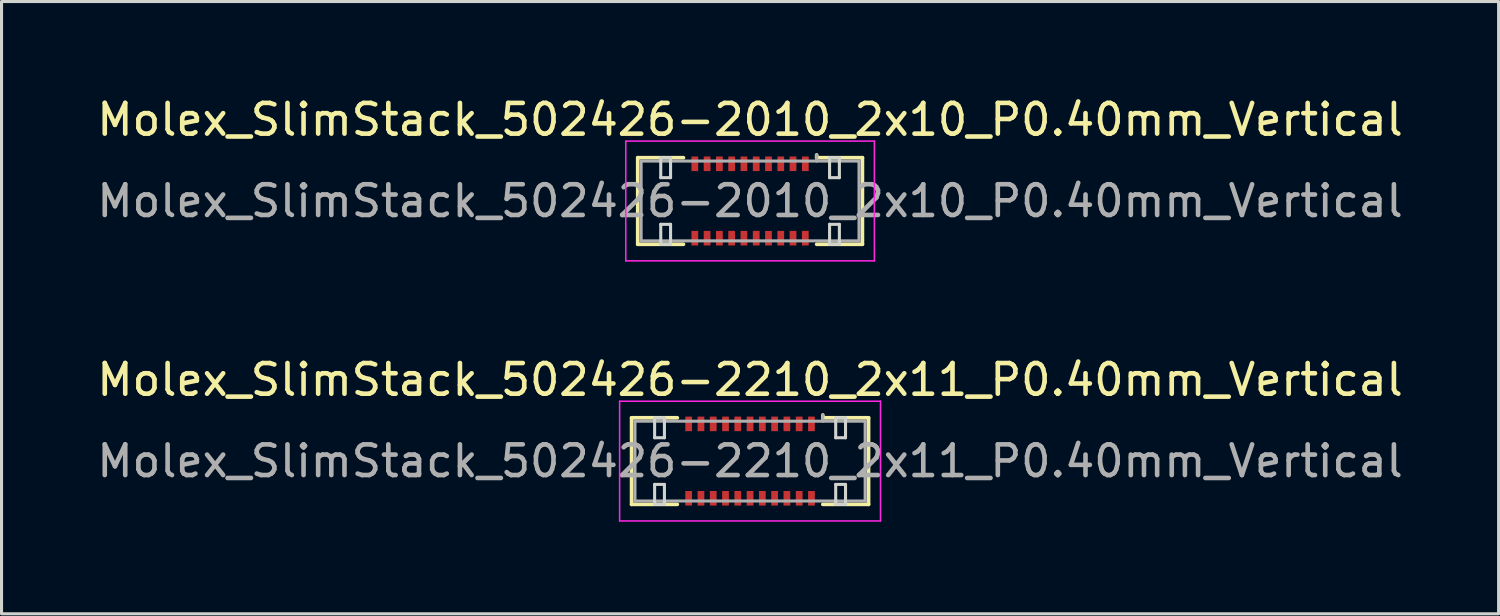
<source format=kicad_pcb>
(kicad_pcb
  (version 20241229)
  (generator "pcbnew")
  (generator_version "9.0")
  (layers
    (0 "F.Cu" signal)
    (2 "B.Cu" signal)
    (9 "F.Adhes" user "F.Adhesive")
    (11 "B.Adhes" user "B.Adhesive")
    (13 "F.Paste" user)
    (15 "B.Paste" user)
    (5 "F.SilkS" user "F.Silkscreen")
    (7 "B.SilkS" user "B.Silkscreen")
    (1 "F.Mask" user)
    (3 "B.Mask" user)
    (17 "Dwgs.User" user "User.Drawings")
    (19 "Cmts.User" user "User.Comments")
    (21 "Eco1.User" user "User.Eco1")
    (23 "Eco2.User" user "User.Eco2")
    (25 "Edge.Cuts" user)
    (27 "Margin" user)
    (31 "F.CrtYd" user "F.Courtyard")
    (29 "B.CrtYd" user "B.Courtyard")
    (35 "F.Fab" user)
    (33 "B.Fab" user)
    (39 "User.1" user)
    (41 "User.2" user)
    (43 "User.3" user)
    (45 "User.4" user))
  (footprint "Molex_SlimStack_502426-2010_2x10_P0.40mm_Vertical"
    (layer "F.Cu")
    (at 21.387 3.498)
    (property "Reference" "Molex_SlimStack_502426-2010_2x10_P0.40mm_Vertical" (at 0 -2.65 0) (layer "F.SilkS") (effects (font (size 1 1) (thickness 0.15))))
    (attr smd)
    (fp_line (start -3.66 -1.41) (end -2.17 -1.41) (stroke (width 0.12) (type solid)) (layer "F.SilkS"))
    (fp_line (start -3.66 1.41) (end -3.66 -1.41) (stroke (width 0.12) (type solid)) (layer "F.SilkS"))
    (fp_line (start -2.17 1.41) (end -3.66 1.41) (stroke (width 0.12) (type solid)) (layer "F.SilkS"))
    (fp_line (start 2.17 -1.41) (end 2.17 -1.5) (stroke (width 0.12) (type solid)) (layer "F.SilkS"))
    (fp_line (start 2.17 1.41) (end 3.66 1.41) (stroke (width 0.12) (type solid)) (layer "F.SilkS"))
    (fp_line (start 3.66 -1.41) (end 2.17 -1.41) (stroke (width 0.12) (type solid)) (layer "F.SilkS"))
    (fp_line (start 3.66 1.41) (end 3.66 -1.41) (stroke (width 0.12) (type solid)) (layer "F.SilkS"))
    (fp_line (start -2.91 -1.41) (end -2.91 -0.76) (stroke (width 0.1) (type solid)) (layer "Edge.Cuts"))
    (fp_line (start -2.91 -0.76) (end -2.59 -0.76) (stroke (width 0.1) (type solid)) (layer "Edge.Cuts"))
    (fp_line (start -2.91 0.76) (end -2.91 1.41) (stroke (width 0.1) (type solid)) (layer "Edge.Cuts"))
    (fp_line (start -2.91 1.41) (end -2.59 1.41) (stroke (width 0.1) (type solid)) (layer "Edge.Cuts"))
    (fp_line (start -2.59 -1.41) (end -2.91 -1.41) (stroke (width 0.1) (type solid)) (layer "Edge.Cuts"))
    (fp_line (start -2.59 -0.76) (end -2.59 -1.41) (stroke (width 0.1) (type solid)) (layer "Edge.Cuts"))
    (fp_line (start -2.59 0.76) (end -2.91 0.76) (stroke (width 0.1) (type solid)) (layer "Edge.Cuts"))
    (fp_line (start -2.59 1.41) (end -2.59 0.76) (stroke (width 0.1) (type solid)) (layer "Edge.Cuts"))
    (fp_line (start 2.59 -1.41) (end 2.59 -0.76) (stroke (width 0.1) (type solid)) (layer "Edge.Cuts"))
    (fp_line (start 2.59 -0.76) (end 2.91 -0.76) (stroke (width 0.1) (type solid)) (layer "Edge.Cuts"))
    (fp_line (start 2.59 0.76) (end 2.59 1.41) (stroke (width 0.1) (type solid)) (layer "Edge.Cuts"))
    (fp_line (start 2.59 1.41) (end 2.91 1.41) (stroke (width 0.1) (type solid)) (layer "Edge.Cuts"))
    (fp_line (start 2.91 -1.41) (end 2.59 -1.41) (stroke (width 0.1) (type solid)) (layer "Edge.Cuts"))
    (fp_line (start 2.91 -0.76) (end 2.91 -1.41) (stroke (width 0.1) (type solid)) (layer "Edge.Cuts"))
    (fp_line (start 2.91 0.76) (end 2.59 0.76) (stroke (width 0.1) (type solid)) (layer "Edge.Cuts"))
    (fp_line (start 2.91 1.41) (end 2.91 0.76) (stroke (width 0.1) (type solid)) (layer "Edge.Cuts"))
    (fp_line (start -4.05 -1.95) (end -4.05 1.95) (stroke (width 0.05) (type solid)) (layer "F.CrtYd"))
    (fp_line (start -4.05 1.95) (end 4.05 1.95) (stroke (width 0.05) (type solid)) (layer "F.CrtYd"))
    (fp_line (start 4.05 -1.95) (end -4.05 -1.95) (stroke (width 0.05) (type solid)) (layer "F.CrtYd"))
    (fp_line (start 4.05 1.95) (end 4.05 -1.95) (stroke (width 0.05) (type solid)) (layer "F.CrtYd"))
    (fp_line (start -3.55 -1.3) (end -3.55 1.3) (stroke (width 0.1) (type solid)) (layer "F.Fab"))
    (fp_line (start -3.55 1.3) (end 3.55 1.3) (stroke (width 0.1) (type solid)) (layer "F.Fab"))
    (fp_line (start 2.17 -1.3) (end 2.17 -1.5) (stroke (width 0.1) (type solid)) (layer "F.Fab"))
    (fp_line (start 3.55 -1.3) (end -3.55 -1.3) (stroke (width 0.1) (type solid)) (layer "F.Fab"))
    (fp_line (start 3.55 1.3) (end 3.55 -1.3) (stroke (width 0.1) (type solid)) (layer "F.Fab"))
    (fp_text user "${REFERENCE}" (at 0 0 0) (layer "F.Fab") (effects (font (size 1 1) (thickness 0.15))))
    (pad "1" smd rect (at 1.8 -1.212) (size 0.22 0.475) (layers "F.Cu" "F.Mask" "F.Paste"))
    (pad "2" smd rect (at 1.8 1.212) (size 0.22 0.475) (layers "F.Cu" "F.Mask" "F.Paste"))
    (pad "3" smd rect (at 1.4 -1.212) (size 0.22 0.475) (layers "F.Cu" "F.Mask" "F.Paste"))
    (pad "4" smd rect (at 1.4 1.212) (size 0.22 0.475) (layers "F.Cu" "F.Mask" "F.Paste"))
    (pad "5" smd rect (at 1 -1.212) (size 0.22 0.475) (layers "F.Cu" "F.Mask" "F.Paste"))
    (pad "6" smd rect (at 1 1.212) (size 0.22 0.475) (layers "F.Cu" "F.Mask" "F.Paste"))
    (pad "7" smd rect (at 0.6 -1.212) (size 0.22 0.475) (layers "F.Cu" "F.Mask" "F.Paste"))
    (pad "8" smd rect (at 0.6 1.212) (size 0.22 0.475) (layers "F.Cu" "F.Mask" "F.Paste"))
    (pad "9" smd rect (at 0.2 -1.212) (size 0.22 0.475) (layers "F.Cu" "F.Mask" "F.Paste"))
    (pad "10" smd rect (at 0.2 1.212) (size 0.22 0.475) (layers "F.Cu" "F.Mask" "F.Paste"))
    (pad "11" smd rect (at -0.2 -1.212) (size 0.22 0.475) (layers "F.Cu" "F.Mask" "F.Paste"))
    (pad "12" smd rect (at -0.2 1.212) (size 0.22 0.475) (layers "F.Cu" "F.Mask" "F.Paste"))
    (pad "13" smd rect (at -0.6 -1.212) (size 0.22 0.475) (layers "F.Cu" "F.Mask" "F.Paste"))
    (pad "14" smd rect (at -0.6 1.212) (size 0.22 0.475) (layers "F.Cu" "F.Mask" "F.Paste"))
    (pad "15" smd rect (at -1 -1.212) (size 0.22 0.475) (layers "F.Cu" "F.Mask" "F.Paste"))
    (pad "16" smd rect (at -1 1.212) (size 0.22 0.475) (layers "F.Cu" "F.Mask" "F.Paste"))
    (pad "17" smd rect (at -1.4 -1.212) (size 0.22 0.475) (layers "F.Cu" "F.Mask" "F.Paste"))
    (pad "18" smd rect (at -1.4 1.212) (size 0.22 0.475) (layers "F.Cu" "F.Mask" "F.Paste"))
    (pad "19" smd rect (at -1.8 -1.212) (size 0.22 0.475) (layers "F.Cu" "F.Mask" "F.Paste"))
    (pad "20" smd rect (at -1.8 1.212) (size 0.22 0.475) (layers "F.Cu" "F.Mask" "F.Paste")))
  (footprint "Molex_SlimStack_502426-2210_2x11_P0.40mm_Vertical"
    (layer "F.Cu")
    (at 21.387 11.972)
    (property "Reference" "Molex_SlimStack_502426-2210_2x11_P0.40mm_Vertical" (at 0 -2.65 0) (layer "F.SilkS") (effects (font (size 1 1) (thickness 0.15))))
    (attr smd)
    (fp_line (start -3.86 -1.41) (end -2.37 -1.41) (stroke (width 0.12) (type solid)) (layer "F.SilkS"))
    (fp_line (start -3.86 1.41) (end -3.86 -1.41) (stroke (width 0.12) (type solid)) (layer "F.SilkS"))
    (fp_line (start -2.37 1.41) (end -3.86 1.41) (stroke (width 0.12) (type solid)) (layer "F.SilkS"))
    (fp_line (start 2.37 -1.41) (end 2.37 -1.5) (stroke (width 0.12) (type solid)) (layer "F.SilkS"))
    (fp_line (start 2.37 1.41) (end 3.86 1.41) (stroke (width 0.12) (type solid)) (layer "F.SilkS"))
    (fp_line (start 3.86 -1.41) (end 2.37 -1.41) (stroke (width 0.12) (type solid)) (layer "F.SilkS"))
    (fp_line (start 3.86 1.41) (end 3.86 -1.41) (stroke (width 0.12) (type solid)) (layer "F.SilkS"))
    (fp_line (start -3.11 -1.41) (end -3.11 -0.76) (stroke (width 0.1) (type solid)) (layer "Edge.Cuts"))
    (fp_line (start -3.11 -0.76) (end -2.79 -0.76) (stroke (width 0.1) (type solid)) (layer "Edge.Cuts"))
    (fp_line (start -3.11 0.76) (end -3.11 1.41) (stroke (width 0.1) (type solid)) (layer "Edge.Cuts"))
    (fp_line (start -3.11 1.41) (end -2.79 1.41) (stroke (width 0.1) (type solid)) (layer "Edge.Cuts"))
    (fp_line (start -2.79 -1.41) (end -3.11 -1.41) (stroke (width 0.1) (type solid)) (layer "Edge.Cuts"))
    (fp_line (start -2.79 -0.76) (end -2.79 -1.41) (stroke (width 0.1) (type solid)) (layer "Edge.Cuts"))
    (fp_line (start -2.79 0.76) (end -3.11 0.76) (stroke (width 0.1) (type solid)) (layer "Edge.Cuts"))
    (fp_line (start -2.79 1.41) (end -2.79 0.76) (stroke (width 0.1) (type solid)) (layer "Edge.Cuts"))
    (fp_line (start 2.79 -1.41) (end 2.79 -0.76) (stroke (width 0.1) (type solid)) (layer "Edge.Cuts"))
    (fp_line (start 2.79 -0.76) (end 3.11 -0.76) (stroke (width 0.1) (type solid)) (layer "Edge.Cuts"))
    (fp_line (start 2.79 0.76) (end 2.79 1.41) (stroke (width 0.1) (type solid)) (layer "Edge.Cuts"))
    (fp_line (start 2.79 1.41) (end 3.11 1.41) (stroke (width 0.1) (type solid)) (layer "Edge.Cuts"))
    (fp_line (start 3.11 -1.41) (end 2.79 -1.41) (stroke (width 0.1) (type solid)) (layer "Edge.Cuts"))
    (fp_line (start 3.11 -0.76) (end 3.11 -1.41) (stroke (width 0.1) (type solid)) (layer "Edge.Cuts"))
    (fp_line (start 3.11 0.76) (end 2.79 0.76) (stroke (width 0.1) (type solid)) (layer "Edge.Cuts"))
    (fp_line (start 3.11 1.41) (end 3.11 0.76) (stroke (width 0.1) (type solid)) (layer "Edge.Cuts"))
    (fp_line (start -4.25 -1.95) (end -4.25 1.95) (stroke (width 0.05) (type solid)) (layer "F.CrtYd"))
    (fp_line (start -4.25 1.95) (end 4.25 1.95) (stroke (width 0.05) (type solid)) (layer "F.CrtYd"))
    (fp_line (start 4.25 -1.95) (end -4.25 -1.95) (stroke (width 0.05) (type solid)) (layer "F.CrtYd"))
    (fp_line (start 4.25 1.95) (end 4.25 -1.95) (stroke (width 0.05) (type solid)) (layer "F.CrtYd"))
    (fp_line (start -3.75 -1.3) (end -3.75 1.3) (stroke (width 0.1) (type solid)) (layer "F.Fab"))
    (fp_line (start -3.75 1.3) (end 3.75 1.3) (stroke (width 0.1) (type solid)) (layer "F.Fab"))
    (fp_line (start 2.37 -1.3) (end 2.37 -1.5) (stroke (width 0.1) (type solid)) (layer "F.Fab"))
    (fp_line (start 3.75 -1.3) (end -3.75 -1.3) (stroke (width 0.1) (type solid)) (layer "F.Fab"))
    (fp_line (start 3.75 1.3) (end 3.75 -1.3) (stroke (width 0.1) (type solid)) (layer "F.Fab"))
    (fp_text user "${REFERENCE}" (at 0 0 0) (layer "F.Fab") (effects (font (size 1 1) (thickness 0.15))))
    (pad "1" smd rect (at 2 -1.212) (size 0.22 0.475) (layers "F.Cu" "F.Mask" "F.Paste"))
    (pad "2" smd rect (at 2 1.212) (size 0.22 0.475) (layers "F.Cu" "F.Mask" "F.Paste"))
    (pad "3" smd rect (at 1.6 -1.212) (size 0.22 0.475) (layers "F.Cu" "F.Mask" "F.Paste"))
    (pad "4" smd rect (at 1.6 1.212) (size 0.22 0.475) (layers "F.Cu" "F.Mask" "F.Paste"))
    (pad "5" smd rect (at 1.2 -1.212) (size 0.22 0.475) (layers "F.Cu" "F.Mask" "F.Paste"))
    (pad "6" smd rect (at 1.2 1.212) (size 0.22 0.475) (layers "F.Cu" "F.Mask" "F.Paste"))
    (pad "7" smd rect (at 0.8 -1.212) (size 0.22 0.475) (layers "F.Cu" "F.Mask" "F.Paste"))
    (pad "8" smd rect (at 0.8 1.212) (size 0.22 0.475) (layers "F.Cu" "F.Mask" "F.Paste"))
    (pad "9" smd rect (at 0.4 -1.212) (size 0.22 0.475) (layers "F.Cu" "F.Mask" "F.Paste"))
    (pad "10" smd rect (at 0.4 1.212) (size 0.22 0.475) (layers "F.Cu" "F.Mask" "F.Paste"))
    (pad "11" smd rect (at 0 -1.212) (size 0.22 0.475) (layers "F.Cu" "F.Mask" "F.Paste"))
    (pad "12" smd rect (at 0 1.212) (size 0.22 0.475) (layers "F.Cu" "F.Mask" "F.Paste"))
    (pad "13" smd rect (at -0.4 -1.212) (size 0.22 0.475) (layers "F.Cu" "F.Mask" "F.Paste"))
    (pad "14" smd rect (at -0.4 1.212) (size 0.22 0.475) (layers "F.Cu" "F.Mask" "F.Paste"))
    (pad "15" smd rect (at -0.8 -1.212) (size 0.22 0.475) (layers "F.Cu" "F.Mask" "F.Paste"))
    (pad "16" smd rect (at -0.8 1.212) (size 0.22 0.475) (layers "F.Cu" "F.Mask" "F.Paste"))
    (pad "17" smd rect (at -1.2 -1.212) (size 0.22 0.475) (layers "F.Cu" "F.Mask" "F.Paste"))
    (pad "18" smd rect (at -1.2 1.212) (size 0.22 0.475) (layers "F.Cu" "F.Mask" "F.Paste"))
    (pad "19" smd rect (at -1.6 -1.212) (size 0.22 0.475) (layers "F.Cu" "F.Mask" "F.Paste"))
    (pad "20" smd rect (at -1.6 1.212) (size 0.22 0.475) (layers "F.Cu" "F.Mask" "F.Paste"))
    (pad "21" smd rect (at -2 -1.212) (size 0.22 0.475) (layers "F.Cu" "F.Mask" "F.Paste"))
    (pad "22" smd rect (at -2 1.212) (size 0.22 0.475) (layers "F.Cu" "F.Mask" "F.Paste")))
  (gr_rect
    (start -3 -3)
    (end 45.774 16.947)
    (stroke (width 0.1) (type default))
    (fill no)
    (layer "Edge.Cuts")))
</source>
